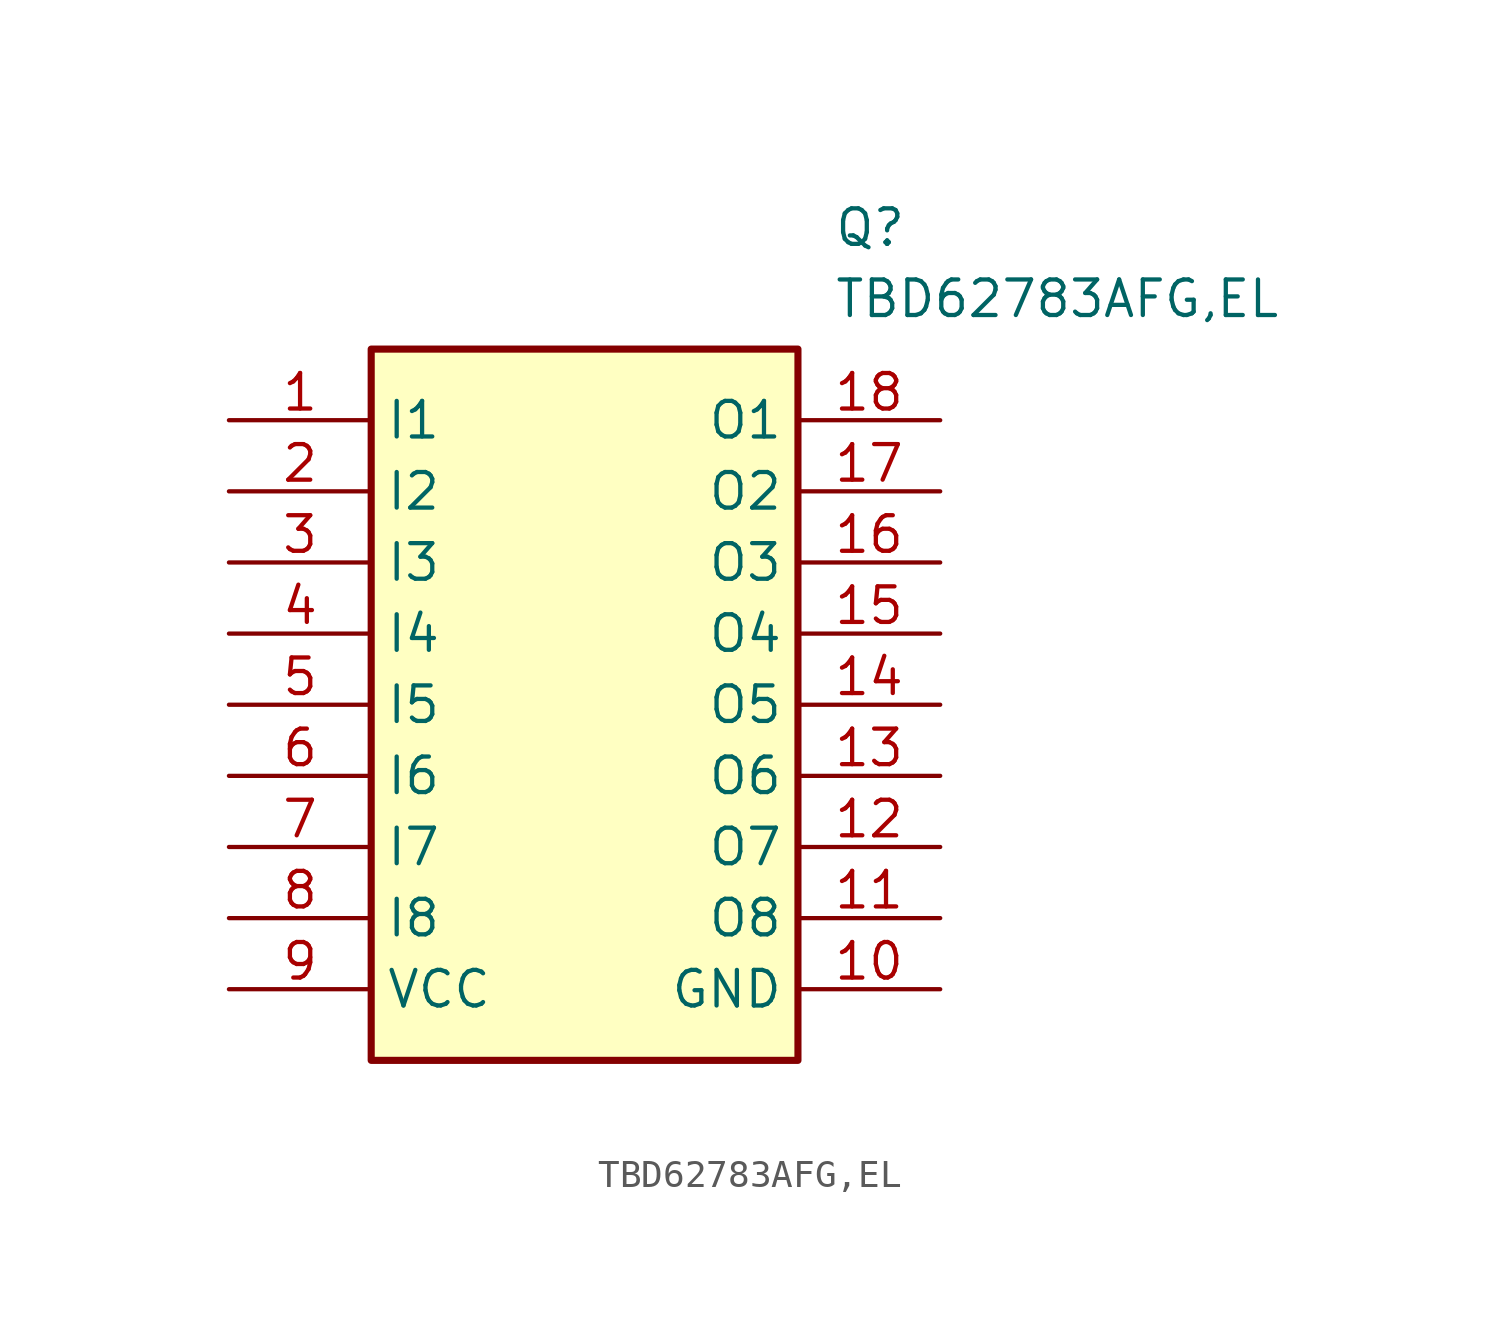
<source format=kicad_sym>
(kicad_symbol_lib
  (version 20211014)
  (generator SamacSys_ECAD_Model)
  (symbol "TBD62783AFG,EL"
    (property "Reference" "Q"
      (at 21.59 7.62 0)
      (effects (font (size 1.27 1.27)) (justify left top)))
    (property "Value" "TBD62783AFG,EL"
      (at 21.59 5.08 0)
      (effects (font (size 1.27 1.27)) (justify left top)))
    (rectangle
      (start 5.08 2.54)
      (end 20.32 -22.86)
      (stroke (width 0.254) (type default))
      (fill (type background)))
    (pin input line
      (at 0 0 0)
      (length 5.08)
      (name "I1" (effects (font (size 1.27 1.27))))
      (number "1" (effects (font (size 1.27 1.27)))))
    (pin input line
      (at 0 -2.54 0)
      (length 5.08)
      (name "I2" (effects (font (size 1.27 1.27))))
      (number "2" (effects (font (size 1.27 1.27)))))
    (pin input line
      (at 0 -5.08 0)
      (length 5.08)
      (name "I3" (effects (font (size 1.27 1.27))))
      (number "3" (effects (font (size 1.27 1.27)))))
    (pin input line
      (at 0 -7.62 0)
      (length 5.08)
      (name "I4" (effects (font (size 1.27 1.27))))
      (number "4" (effects (font (size 1.27 1.27)))))
    (pin input line
      (at 0 -10.16 0)
      (length 5.08)
      (name "I5" (effects (font (size 1.27 1.27))))
      (number "5" (effects (font (size 1.27 1.27)))))
    (pin input line
      (at 0 -12.7 0)
      (length 5.08)
      (name "I6" (effects (font (size 1.27 1.27))))
      (number "6" (effects (font (size 1.27 1.27)))))
    (pin input line
      (at 0 -15.24 0)
      (length 5.08)
      (name "I7" (effects (font (size 1.27 1.27))))
      (number "7" (effects (font (size 1.27 1.27)))))
    (pin input line
      (at 0 -17.78 0)
      (length 5.08)
      (name "I8" (effects (font (size 1.27 1.27))))
      (number "8" (effects (font (size 1.27 1.27)))))
    (pin power_in line
      (at 0 -20.32 0)
      (length 5.08)
      (name "VCC" (effects (font (size 1.27 1.27))))
      (number "9" (effects (font (size 1.27 1.27)))))
    (pin output line
      (at 25.4 0 180)
      (length 5.08)
      (name "O1" (effects (font (size 1.27 1.27))))
      (number "18" (effects (font (size 1.27 1.27)))))
    (pin output line
      (at 25.4 -2.54 180)
      (length 5.08)
      (name "O2" (effects (font (size 1.27 1.27))))
      (number "17" (effects (font (size 1.27 1.27)))))
    (pin output line
      (at 25.4 -5.08 180)
      (length 5.08)
      (name "O3" (effects (font (size 1.27 1.27))))
      (number "16" (effects (font (size 1.27 1.27)))))
    (pin output line
      (at 25.4 -7.62 180)
      (length 5.08)
      (name "O4" (effects (font (size 1.27 1.27))))
      (number "15" (effects (font (size 1.27 1.27)))))
    (pin output line
      (at 25.4 -10.16 180)
      (length 5.08)
      (name "O5" (effects (font (size 1.27 1.27))))
      (number "14" (effects (font (size 1.27 1.27)))))
    (pin output line
      (at 25.4 -12.7 180)
      (length 5.08)
      (name "O6" (effects (font (size 1.27 1.27))))
      (number "13" (effects (font (size 1.27 1.27)))))
    (pin output line
      (at 25.4 -15.24 180)
      (length 5.08)
      (name "O7" (effects (font (size 1.27 1.27))))
      (number "12" (effects (font (size 1.27 1.27)))))
    (pin output line
      (at 25.4 -17.78 180)
      (length 5.08)
      (name "O8" (effects (font (size 1.27 1.27))))
      (number "11" (effects (font (size 1.27 1.27)))))
    (pin power_in line
      (at 25.4 -20.32 180)
      (length 5.08)
      (name "GND" (effects (font (size 1.27 1.27))))
      (number "10" (effects (font (size 1.27 1.27)))))))
</source>
